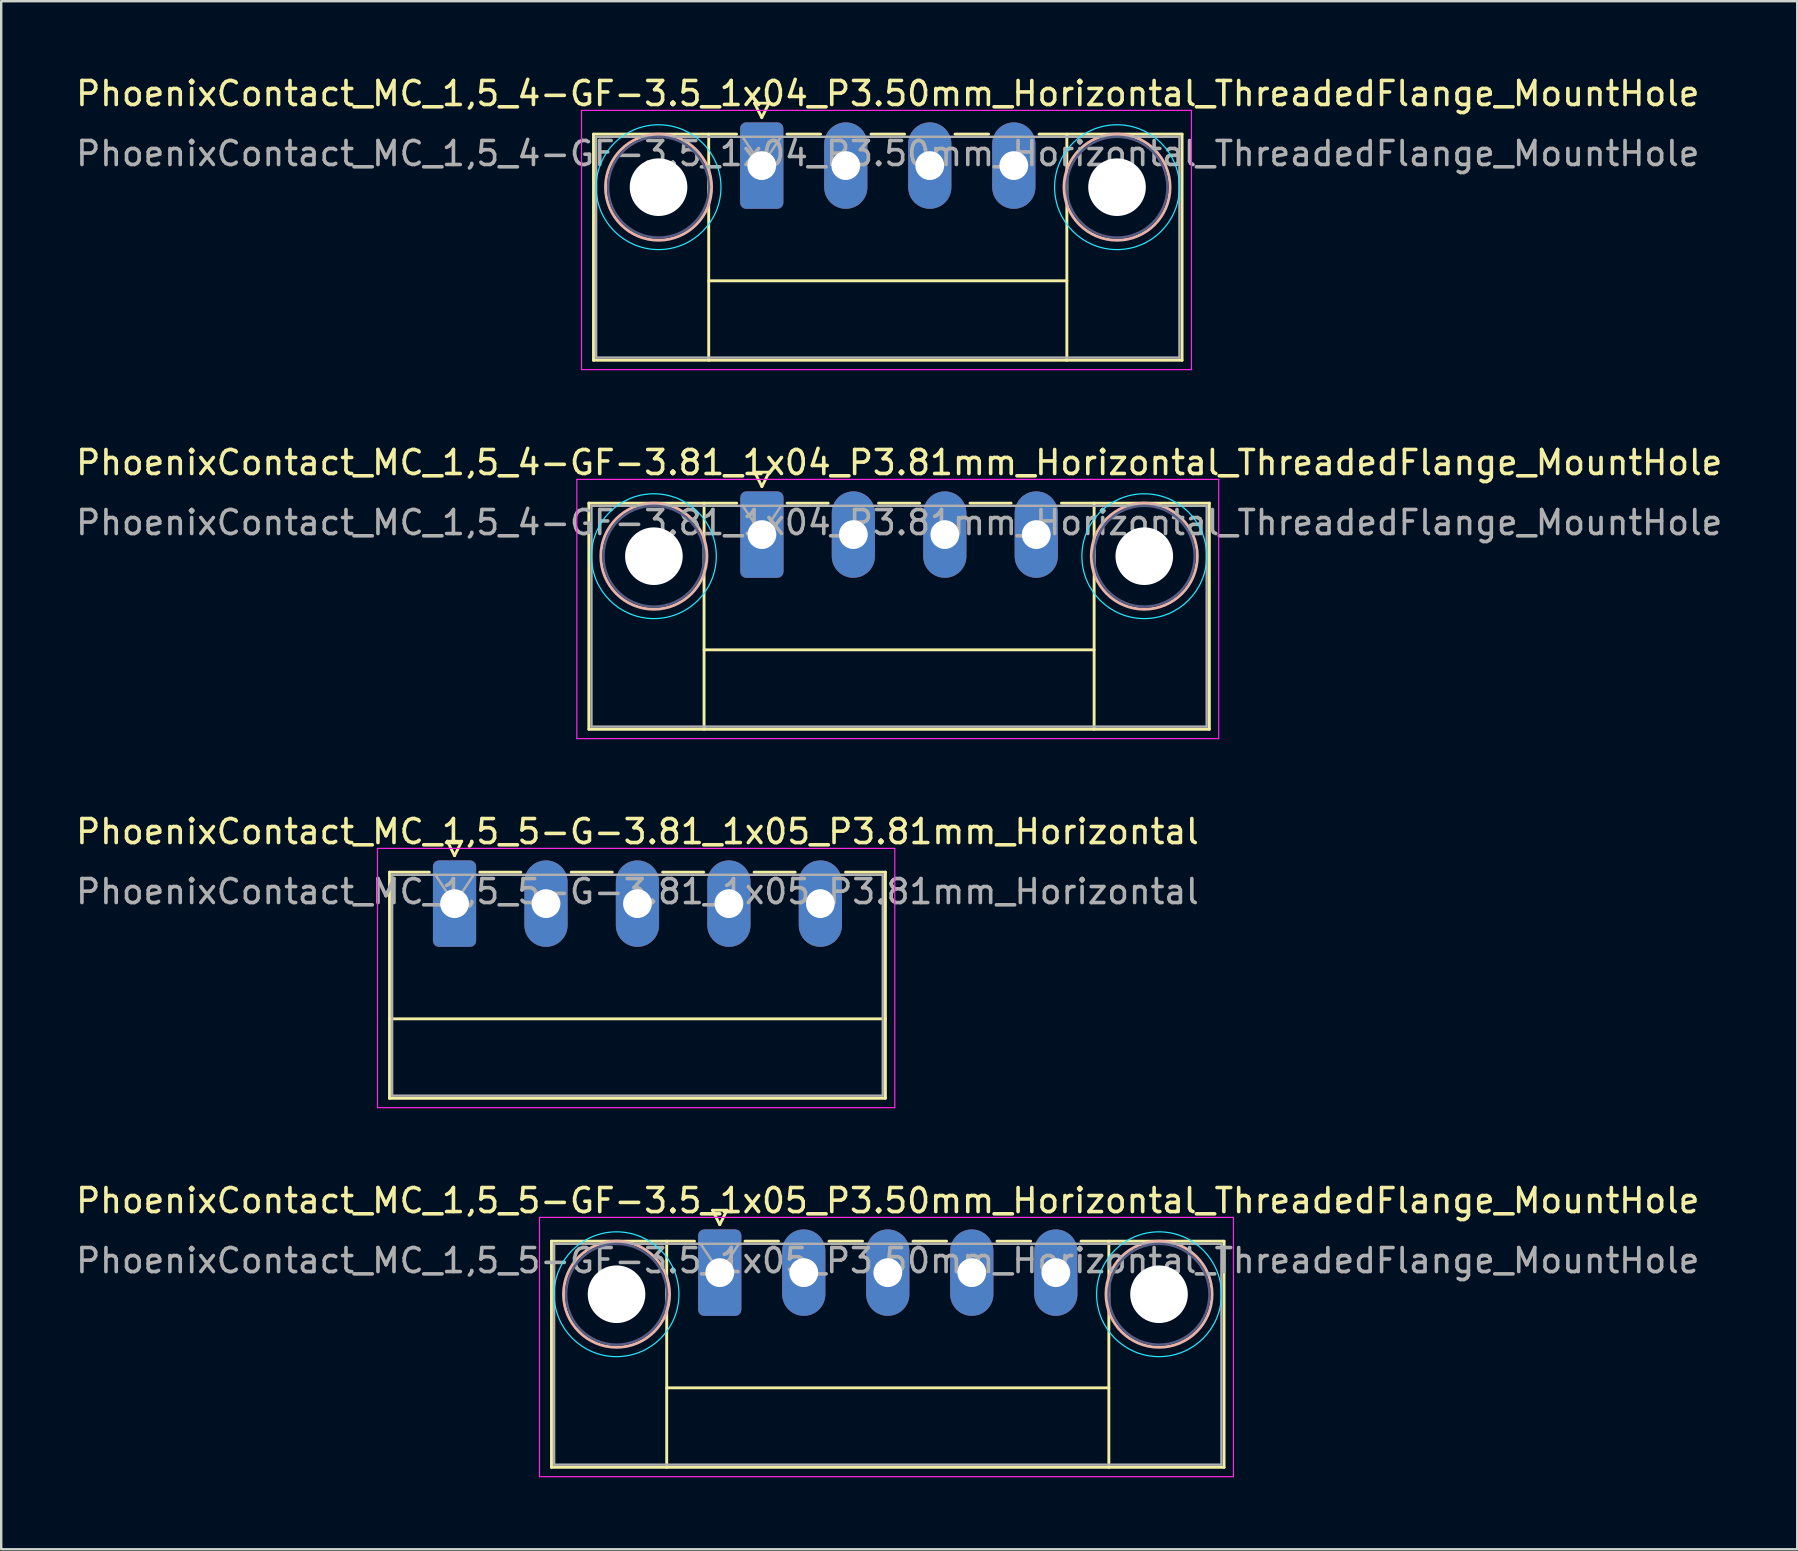
<source format=kicad_pcb>
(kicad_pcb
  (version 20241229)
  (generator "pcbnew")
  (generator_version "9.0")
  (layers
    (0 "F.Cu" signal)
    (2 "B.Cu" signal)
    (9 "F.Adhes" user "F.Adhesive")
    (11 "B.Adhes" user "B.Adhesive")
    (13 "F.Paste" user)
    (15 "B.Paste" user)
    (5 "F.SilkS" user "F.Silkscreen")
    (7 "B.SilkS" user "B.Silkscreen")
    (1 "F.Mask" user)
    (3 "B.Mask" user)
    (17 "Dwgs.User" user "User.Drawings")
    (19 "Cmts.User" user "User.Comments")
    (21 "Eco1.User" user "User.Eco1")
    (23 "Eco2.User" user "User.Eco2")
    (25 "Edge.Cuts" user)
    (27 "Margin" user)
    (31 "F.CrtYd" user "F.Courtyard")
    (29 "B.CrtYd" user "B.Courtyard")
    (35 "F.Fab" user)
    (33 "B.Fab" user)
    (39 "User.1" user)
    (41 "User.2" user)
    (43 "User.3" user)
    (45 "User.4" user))
  (footprint "PhoenixContact_MC_1,5_5-GF-3.5_1x05_P3.50mm_Horizontal_ThreadedFlange_MountHole"
    (layer "F.Cu")
    (at 26.935 49.968)
    (property "Reference" "PhoenixContact_MC_1,5_5-GF-3.5_1x05_P3.50mm_Horizontal_ThreadedFlange_MountHole" (at 7 -3 0) (layer "F.SilkS") (effects (font (size 1 1) (thickness 0.15))))
    (attr through_hole)
    (fp_line (start -7.01 -1.31) (end -7.01 8.11) (stroke (width 0.12) (type solid)) (layer "F.SilkS"))
    (fp_line (start -7.01 -1.31) (end -1.05 -1.31) (stroke (width 0.12) (type solid)) (layer "F.SilkS"))
    (fp_line (start -7.01 8.11) (end 21.01 8.11) (stroke (width 0.12) (type solid)) (layer "F.SilkS"))
    (fp_line (start -2.21 -1.31) (end -2.21 8.11) (stroke (width 0.12) (type solid)) (layer "F.SilkS"))
    (fp_line (start -2.21 4.8) (end 16.21 4.8) (stroke (width 0.12) (type solid)) (layer "F.SilkS"))
    (fp_line (start -0.3 -2.6) (end 0.3 -2.6) (stroke (width 0.12) (type solid)) (layer "F.SilkS"))
    (fp_line (start 0 -2) (end -0.3 -2.6) (stroke (width 0.12) (type solid)) (layer "F.SilkS"))
    (fp_line (start 0.3 -2.6) (end 0 -2) (stroke (width 0.12) (type solid)) (layer "F.SilkS"))
    (fp_line (start 1.05 -1.31) (end 2.45 -1.31) (stroke (width 0.12) (type solid)) (layer "F.SilkS"))
    (fp_line (start 4.55 -1.31) (end 5.95 -1.31) (stroke (width 0.12) (type solid)) (layer "F.SilkS"))
    (fp_line (start 8.05 -1.31) (end 9.45 -1.31) (stroke (width 0.12) (type solid)) (layer "F.SilkS"))
    (fp_line (start 11.55 -1.31) (end 12.95 -1.31) (stroke (width 0.12) (type solid)) (layer "F.SilkS"))
    (fp_line (start 16.21 -1.31) (end 16.21 8.11) (stroke (width 0.12) (type solid)) (layer "F.SilkS"))
    (fp_line (start 21.01 -1.31) (end 15.05 -1.31) (stroke (width 0.12) (type solid)) (layer "F.SilkS"))
    (fp_line (start 21.01 8.11) (end 21.01 -1.31) (stroke (width 0.12) (type solid)) (layer "F.SilkS"))
    (fp_circle (center -4.3 0.9) (end -2.09 0.9) (stroke (width 0.12) (type solid)) (fill no) (layer "B.SilkS"))
    (fp_circle (center 18.3 0.9) (end 20.51 0.9) (stroke (width 0.12) (type solid)) (fill no) (layer "B.SilkS"))
    (fp_circle (center -4.3 0.9) (end -1.7 0.9) (stroke (width 0.05) (type solid)) (fill no) (layer "B.CrtYd"))
    (fp_circle (center 18.3 0.9) (end 20.9 0.9) (stroke (width 0.05) (type solid)) (fill no) (layer "B.CrtYd"))
    (fp_line (start -7.51 -2.3) (end -7.51 8.5) (stroke (width 0.05) (type solid)) (layer "F.CrtYd"))
    (fp_line (start -7.51 8.5) (end 21.4 8.5) (stroke (width 0.05) (type solid)) (layer "F.CrtYd"))
    (fp_line (start 21.4 -2.3) (end -7.51 -2.3) (stroke (width 0.05) (type solid)) (layer "F.CrtYd"))
    (fp_line (start 21.4 8.5) (end 21.4 -2.3) (stroke (width 0.05) (type solid)) (layer "F.CrtYd"))
    (fp_circle (center -4.3 0.9) (end -2.2 0.9) (stroke (width 0.1) (type solid)) (fill no) (layer "B.Fab"))
    (fp_circle (center 18.3 0.9) (end 20.4 0.9) (stroke (width 0.1) (type solid)) (fill no) (layer "B.Fab"))
    (fp_line (start -6.9 -1.2) (end -6.9 8) (stroke (width 0.1) (type solid)) (layer "F.Fab"))
    (fp_line (start -6.9 8) (end 20.9 8) (stroke (width 0.1) (type solid)) (layer "F.Fab"))
    (fp_line (start 0 0) (end -0.8 -1.2) (stroke (width 0.1) (type solid)) (layer "F.Fab"))
    (fp_line (start 0.8 -1.2) (end 0 0) (stroke (width 0.1) (type solid)) (layer "F.Fab"))
    (fp_line (start 20.9 -1.2) (end -6.9 -1.2) (stroke (width 0.1) (type solid)) (layer "F.Fab"))
    (fp_line (start 20.9 8) (end 20.9 -1.2) (stroke (width 0.1) (type solid)) (layer "F.Fab"))
    (fp_text user "${REFERENCE}" (at 7 -0.5 0) (layer "F.Fab") (effects (font (size 1 1) (thickness 0.15))))
    (pad "" np_thru_hole circle (at -4.3 0.9) (size 2.4 2.4) (drill 2.4) (layers "*.Cu" "*.Mask"))
    (pad "" np_thru_hole circle (at 18.3 0.9) (size 2.4 2.4) (drill 2.4) (layers "*.Cu" "*.Mask"))
    (pad "1" thru_hole roundrect (at 0 0) (size 1.8 3.6) (drill 1.2) (layers "*.Cu" "*.Mask") (roundrect_rratio 0.139))
    (pad "2" thru_hole oval (at 3.5 0) (size 1.8 3.6) (drill 1.2) (layers "*.Cu" "*.Mask"))
    (pad "3" thru_hole oval (at 7 0) (size 1.8 3.6) (drill 1.2) (layers "*.Cu" "*.Mask"))
    (pad "4" thru_hole oval (at 10.5 0) (size 1.8 3.6) (drill 1.2) (layers "*.Cu" "*.Mask"))
    (pad "5" thru_hole oval (at 14 0) (size 1.8 3.6) (drill 1.2) (layers "*.Cu" "*.Mask")))
  (footprint "PhoenixContact_MC_1,5_5-G-3.81_1x05_P3.81mm_Horizontal"
    (layer "F.Cu")
    (at 15.886 34.595)
    (property "Reference" "PhoenixContact_MC_1,5_5-G-3.81_1x05_P3.81mm_Horizontal" (at 7.62 -3 0) (layer "F.SilkS") (effects (font (size 1 1) (thickness 0.15))))
    (attr through_hole)
    (fp_line (start -2.71 -1.31) (end -2.71 8.11) (stroke (width 0.12) (type solid)) (layer "F.SilkS"))
    (fp_line (start -2.71 -1.31) (end -1.05 -1.31) (stroke (width 0.12) (type solid)) (layer "F.SilkS"))
    (fp_line (start -2.71 4.8) (end 17.95 4.8) (stroke (width 0.12) (type solid)) (layer "F.SilkS"))
    (fp_line (start -2.71 8.11) (end 17.95 8.11) (stroke (width 0.12) (type solid)) (layer "F.SilkS"))
    (fp_line (start -0.3 -2.6) (end 0.3 -2.6) (stroke (width 0.12) (type solid)) (layer "F.SilkS"))
    (fp_line (start 0 -2) (end -0.3 -2.6) (stroke (width 0.12) (type solid)) (layer "F.SilkS"))
    (fp_line (start 0.3 -2.6) (end 0 -2) (stroke (width 0.12) (type solid)) (layer "F.SilkS"))
    (fp_line (start 1.05 -1.31) (end 2.76 -1.31) (stroke (width 0.12) (type solid)) (layer "F.SilkS"))
    (fp_line (start 4.86 -1.31) (end 6.57 -1.31) (stroke (width 0.12) (type solid)) (layer "F.SilkS"))
    (fp_line (start 8.67 -1.31) (end 10.38 -1.31) (stroke (width 0.12) (type solid)) (layer "F.SilkS"))
    (fp_line (start 12.48 -1.31) (end 14.19 -1.31) (stroke (width 0.12) (type solid)) (layer "F.SilkS"))
    (fp_line (start 17.95 -1.31) (end 16.29 -1.31) (stroke (width 0.12) (type solid)) (layer "F.SilkS"))
    (fp_line (start 17.95 8.11) (end 17.95 -1.31) (stroke (width 0.12) (type solid)) (layer "F.SilkS"))
    (fp_line (start -3.21 -2.3) (end -3.21 8.5) (stroke (width 0.05) (type solid)) (layer "F.CrtYd"))
    (fp_line (start -3.21 8.5) (end 18.34 8.5) (stroke (width 0.05) (type solid)) (layer "F.CrtYd"))
    (fp_line (start 18.34 -2.3) (end -3.21 -2.3) (stroke (width 0.05) (type solid)) (layer "F.CrtYd"))
    (fp_line (start 18.34 8.5) (end 18.34 -2.3) (stroke (width 0.05) (type solid)) (layer "F.CrtYd"))
    (fp_line (start -2.6 -1.2) (end -2.6 8) (stroke (width 0.1) (type solid)) (layer "F.Fab"))
    (fp_line (start -2.6 8) (end 17.84 8) (stroke (width 0.1) (type solid)) (layer "F.Fab"))
    (fp_line (start 0 0) (end -0.8 -1.2) (stroke (width 0.1) (type solid)) (layer "F.Fab"))
    (fp_line (start 0.8 -1.2) (end 0 0) (stroke (width 0.1) (type solid)) (layer "F.Fab"))
    (fp_line (start 17.84 -1.2) (end -2.6 -1.2) (stroke (width 0.1) (type solid)) (layer "F.Fab"))
    (fp_line (start 17.84 8) (end 17.84 -1.2) (stroke (width 0.1) (type solid)) (layer "F.Fab"))
    (fp_text user "${REFERENCE}" (at 7.62 -0.5 0) (layer "F.Fab") (effects (font (size 1 1) (thickness 0.15))))
    (pad "1" thru_hole roundrect (at 0 0) (size 1.8 3.6) (drill 1.2) (layers "*.Cu" "*.Mask") (roundrect_rratio 0.139))
    (pad "2" thru_hole oval (at 3.81 0) (size 1.8 3.6) (drill 1.2) (layers "*.Cu" "*.Mask"))
    (pad "3" thru_hole oval (at 7.62 0) (size 1.8 3.6) (drill 1.2) (layers "*.Cu" "*.Mask"))
    (pad "4" thru_hole oval (at 11.43 0) (size 1.8 3.6) (drill 1.2) (layers "*.Cu" "*.Mask"))
    (pad "5" thru_hole oval (at 15.24 0) (size 1.8 3.6) (drill 1.2) (layers "*.Cu" "*.Mask")))
  (footprint "PhoenixContact_MC_1,5_4-GF-3.5_1x04_P3.50mm_Horizontal_ThreadedFlange_MountHole"
    (layer "F.Cu")
    (at 28.685 3.848)
    (property "Reference" "PhoenixContact_MC_1,5_4-GF-3.5_1x04_P3.50mm_Horizontal_ThreadedFlange_MountHole" (at 5.25 -3 0) (layer "F.SilkS") (effects (font (size 1 1) (thickness 0.15))))
    (attr through_hole)
    (fp_line (start -7.01 -1.31) (end -7.01 8.11) (stroke (width 0.12) (type solid)) (layer "F.SilkS"))
    (fp_line (start -7.01 -1.31) (end -1.05 -1.31) (stroke (width 0.12) (type solid)) (layer "F.SilkS"))
    (fp_line (start -7.01 8.11) (end 17.51 8.11) (stroke (width 0.12) (type solid)) (layer "F.SilkS"))
    (fp_line (start -2.21 -1.31) (end -2.21 8.11) (stroke (width 0.12) (type solid)) (layer "F.SilkS"))
    (fp_line (start -2.21 4.8) (end 12.71 4.8) (stroke (width 0.12) (type solid)) (layer "F.SilkS"))
    (fp_line (start -0.3 -2.6) (end 0.3 -2.6) (stroke (width 0.12) (type solid)) (layer "F.SilkS"))
    (fp_line (start 0 -2) (end -0.3 -2.6) (stroke (width 0.12) (type solid)) (layer "F.SilkS"))
    (fp_line (start 0.3 -2.6) (end 0 -2) (stroke (width 0.12) (type solid)) (layer "F.SilkS"))
    (fp_line (start 1.05 -1.31) (end 2.45 -1.31) (stroke (width 0.12) (type solid)) (layer "F.SilkS"))
    (fp_line (start 4.55 -1.31) (end 5.95 -1.31) (stroke (width 0.12) (type solid)) (layer "F.SilkS"))
    (fp_line (start 8.05 -1.31) (end 9.45 -1.31) (stroke (width 0.12) (type solid)) (layer "F.SilkS"))
    (fp_line (start 12.71 -1.31) (end 12.71 8.11) (stroke (width 0.12) (type solid)) (layer "F.SilkS"))
    (fp_line (start 17.51 -1.31) (end 11.55 -1.31) (stroke (width 0.12) (type solid)) (layer "F.SilkS"))
    (fp_line (start 17.51 8.11) (end 17.51 -1.31) (stroke (width 0.12) (type solid)) (layer "F.SilkS"))
    (fp_circle (center -4.3 0.9) (end -2.09 0.9) (stroke (width 0.12) (type solid)) (fill no) (layer "B.SilkS"))
    (fp_circle (center 14.8 0.9) (end 17.01 0.9) (stroke (width 0.12) (type solid)) (fill no) (layer "B.SilkS"))
    (fp_circle (center -4.3 0.9) (end -1.7 0.9) (stroke (width 0.05) (type solid)) (fill no) (layer "B.CrtYd"))
    (fp_circle (center 14.8 0.9) (end 17.4 0.9) (stroke (width 0.05) (type solid)) (fill no) (layer "B.CrtYd"))
    (fp_line (start -7.51 -2.3) (end -7.51 8.5) (stroke (width 0.05) (type solid)) (layer "F.CrtYd"))
    (fp_line (start -7.51 8.5) (end 17.9 8.5) (stroke (width 0.05) (type solid)) (layer "F.CrtYd"))
    (fp_line (start 17.9 -2.3) (end -7.51 -2.3) (stroke (width 0.05) (type solid)) (layer "F.CrtYd"))
    (fp_line (start 17.9 8.5) (end 17.9 -2.3) (stroke (width 0.05) (type solid)) (layer "F.CrtYd"))
    (fp_circle (center -4.3 0.9) (end -2.2 0.9) (stroke (width 0.1) (type solid)) (fill no) (layer "B.Fab"))
    (fp_circle (center 14.8 0.9) (end 16.9 0.9) (stroke (width 0.1) (type solid)) (fill no) (layer "B.Fab"))
    (fp_line (start -6.9 -1.2) (end -6.9 8) (stroke (width 0.1) (type solid)) (layer "F.Fab"))
    (fp_line (start -6.9 8) (end 17.4 8) (stroke (width 0.1) (type solid)) (layer "F.Fab"))
    (fp_line (start 0 0) (end -0.8 -1.2) (stroke (width 0.1) (type solid)) (layer "F.Fab"))
    (fp_line (start 0.8 -1.2) (end 0 0) (stroke (width 0.1) (type solid)) (layer "F.Fab"))
    (fp_line (start 17.4 -1.2) (end -6.9 -1.2) (stroke (width 0.1) (type solid)) (layer "F.Fab"))
    (fp_line (start 17.4 8) (end 17.4 -1.2) (stroke (width 0.1) (type solid)) (layer "F.Fab"))
    (fp_text user "${REFERENCE}" (at 5.25 -0.5 0) (layer "F.Fab") (effects (font (size 1 1) (thickness 0.15))))
    (pad "" np_thru_hole circle (at -4.3 0.9) (size 2.4 2.4) (drill 2.4) (layers "*.Cu" "*.Mask"))
    (pad "" np_thru_hole circle (at 14.8 0.9) (size 2.4 2.4) (drill 2.4) (layers "*.Cu" "*.Mask"))
    (pad "1" thru_hole roundrect (at 0 0) (size 1.8 3.6) (drill 1.2) (layers "*.Cu" "*.Mask") (roundrect_rratio 0.139))
    (pad "2" thru_hole oval (at 3.5 0) (size 1.8 3.6) (drill 1.2) (layers "*.Cu" "*.Mask"))
    (pad "3" thru_hole oval (at 7 0) (size 1.8 3.6) (drill 1.2) (layers "*.Cu" "*.Mask"))
    (pad "4" thru_hole oval (at 10.5 0) (size 1.8 3.6) (drill 1.2) (layers "*.Cu" "*.Mask")))
  (footprint "PhoenixContact_MC_1,5_4-GF-3.81_1x04_P3.81mm_Horizontal_ThreadedFlange_MountHole"
    (layer "F.Cu")
    (at 28.691 19.221)
    (property "Reference" "PhoenixContact_MC_1,5_4-GF-3.81_1x04_P3.81mm_Horizontal_ThreadedFlange_MountHole" (at 5.72 -3 0) (layer "F.SilkS") (effects (font (size 1 1) (thickness 0.15))))
    (attr through_hole)
    (fp_line (start -7.21 -1.31) (end -7.21 8.11) (stroke (width 0.12) (type solid)) (layer "F.SilkS"))
    (fp_line (start -7.21 -1.31) (end -1.05 -1.31) (stroke (width 0.12) (type solid)) (layer "F.SilkS"))
    (fp_line (start -7.21 8.11) (end 18.64 8.11) (stroke (width 0.12) (type solid)) (layer "F.SilkS"))
    (fp_line (start -2.41 -1.31) (end -2.41 8.11) (stroke (width 0.12) (type solid)) (layer "F.SilkS"))
    (fp_line (start -2.41 4.8) (end 13.84 4.8) (stroke (width 0.12) (type solid)) (layer "F.SilkS"))
    (fp_line (start -0.3 -2.6) (end 0.3 -2.6) (stroke (width 0.12) (type solid)) (layer "F.SilkS"))
    (fp_line (start 0 -2) (end -0.3 -2.6) (stroke (width 0.12) (type solid)) (layer "F.SilkS"))
    (fp_line (start 0.3 -2.6) (end 0 -2) (stroke (width 0.12) (type solid)) (layer "F.SilkS"))
    (fp_line (start 1.05 -1.31) (end 2.76 -1.31) (stroke (width 0.12) (type solid)) (layer "F.SilkS"))
    (fp_line (start 4.86 -1.31) (end 6.57 -1.31) (stroke (width 0.12) (type solid)) (layer "F.SilkS"))
    (fp_line (start 8.67 -1.31) (end 10.38 -1.31) (stroke (width 0.12) (type solid)) (layer "F.SilkS"))
    (fp_line (start 13.84 -1.31) (end 13.84 8.11) (stroke (width 0.12) (type solid)) (layer "F.SilkS"))
    (fp_line (start 18.64 -1.31) (end 12.48 -1.31) (stroke (width 0.12) (type solid)) (layer "F.SilkS"))
    (fp_line (start 18.64 8.11) (end 18.64 -1.31) (stroke (width 0.12) (type solid)) (layer "F.SilkS"))
    (fp_circle (center -4.5 0.9) (end -2.29 0.9) (stroke (width 0.12) (type solid)) (fill no) (layer "B.SilkS"))
    (fp_circle (center 15.93 0.9) (end 18.14 0.9) (stroke (width 0.12) (type solid)) (fill no) (layer "B.SilkS"))
    (fp_circle (center -4.5 0.9) (end -1.9 0.9) (stroke (width 0.05) (type solid)) (fill no) (layer "B.CrtYd"))
    (fp_circle (center 15.93 0.9) (end 18.53 0.9) (stroke (width 0.05) (type solid)) (fill no) (layer "B.CrtYd"))
    (fp_line (start -7.71 -2.3) (end -7.71 8.5) (stroke (width 0.05) (type solid)) (layer "F.CrtYd"))
    (fp_line (start -7.71 8.5) (end 19.03 8.5) (stroke (width 0.05) (type solid)) (layer "F.CrtYd"))
    (fp_line (start 19.03 -2.3) (end -7.71 -2.3) (stroke (width 0.05) (type solid)) (layer "F.CrtYd"))
    (fp_line (start 19.03 8.5) (end 19.03 -2.3) (stroke (width 0.05) (type solid)) (layer "F.CrtYd"))
    (fp_circle (center -4.5 0.9) (end -2.4 0.9) (stroke (width 0.1) (type solid)) (fill no) (layer "B.Fab"))
    (fp_circle (center 15.93 0.9) (end 18.03 0.9) (stroke (width 0.1) (type solid)) (fill no) (layer "B.Fab"))
    (fp_line (start -7.1 -1.2) (end -7.1 8) (stroke (width 0.1) (type solid)) (layer "F.Fab"))
    (fp_line (start -7.1 8) (end 18.53 8) (stroke (width 0.1) (type solid)) (layer "F.Fab"))
    (fp_line (start 0 0) (end -0.8 -1.2) (stroke (width 0.1) (type solid)) (layer "F.Fab"))
    (fp_line (start 0.8 -1.2) (end 0 0) (stroke (width 0.1) (type solid)) (layer "F.Fab"))
    (fp_line (start 18.53 -1.2) (end -7.1 -1.2) (stroke (width 0.1) (type solid)) (layer "F.Fab"))
    (fp_line (start 18.53 8) (end 18.53 -1.2) (stroke (width 0.1) (type solid)) (layer "F.Fab"))
    (fp_text user "${REFERENCE}" (at 5.72 -0.5 0) (layer "F.Fab") (effects (font (size 1 1) (thickness 0.15))))
    (pad "" np_thru_hole circle (at -4.5 0.9) (size 2.4 2.4) (drill 2.4) (layers "*.Cu" "*.Mask"))
    (pad "" np_thru_hole circle (at 15.93 0.9) (size 2.4 2.4) (drill 2.4) (layers "*.Cu" "*.Mask"))
    (pad "1" thru_hole roundrect (at 0 0) (size 1.8 3.6) (drill 1.2) (layers "*.Cu" "*.Mask") (roundrect_rratio 0.139))
    (pad "2" thru_hole oval (at 3.81 0) (size 1.8 3.6) (drill 1.2) (layers "*.Cu" "*.Mask"))
    (pad "3" thru_hole oval (at 7.62 0) (size 1.8 3.6) (drill 1.2) (layers "*.Cu" "*.Mask"))
    (pad "4" thru_hole oval (at 11.43 0) (size 1.8 3.6) (drill 1.2) (layers "*.Cu" "*.Mask")))
  (gr_rect
    (start -3 -3)
    (end 71.821 61.493)
    (stroke (width 0.1) (type default))
    (fill no)
    (layer "Edge.Cuts")))
</source>
